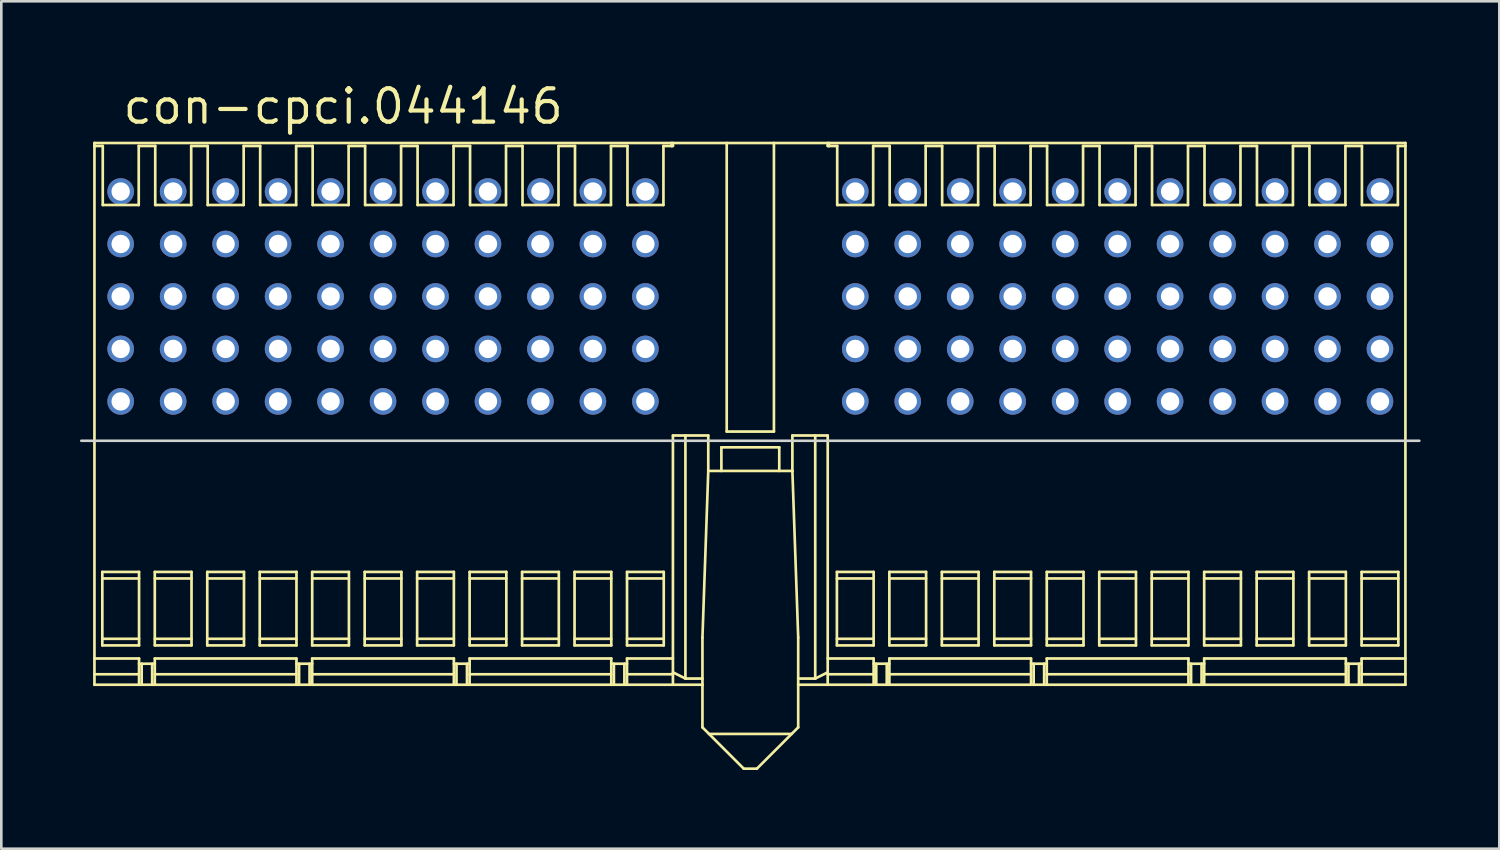
<source format=kicad_pcb>
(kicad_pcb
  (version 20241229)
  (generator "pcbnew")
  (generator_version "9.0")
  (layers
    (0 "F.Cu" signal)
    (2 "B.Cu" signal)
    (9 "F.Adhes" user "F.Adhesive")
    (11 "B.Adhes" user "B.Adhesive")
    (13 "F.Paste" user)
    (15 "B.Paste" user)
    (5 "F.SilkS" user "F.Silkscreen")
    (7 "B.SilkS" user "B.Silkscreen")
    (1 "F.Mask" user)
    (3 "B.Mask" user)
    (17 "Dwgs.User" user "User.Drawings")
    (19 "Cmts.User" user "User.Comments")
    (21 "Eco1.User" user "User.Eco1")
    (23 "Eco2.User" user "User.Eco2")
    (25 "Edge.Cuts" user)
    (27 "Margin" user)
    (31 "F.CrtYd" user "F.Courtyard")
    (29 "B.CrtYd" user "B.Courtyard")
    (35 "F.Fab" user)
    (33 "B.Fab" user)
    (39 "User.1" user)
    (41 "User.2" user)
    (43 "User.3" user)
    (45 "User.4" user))
  (footprint "con-cpci.044146"
    (layer "F.Cu")
    (at 25.55 12.25)
    (property "Reference" "con-cpci.044146" (at -24 -10.5 0) (layer "F.SilkS") (effects (font (size 1.27 1.27) (thickness 0.16)) (justify left bottom)))
    (attr through_hole)
    (fp_line (start -25 -9.85) (end -3 -9.85) (stroke (width 0.102) (type default)) (layer "F.SilkS"))
    (fp_line (start -25 -9.736) (end -25 -9.85) (stroke (width 0.102) (type default)) (layer "F.SilkS"))
    (fp_line (start -25 -9.736) (end -25 10.8) (stroke (width 0.102) (type default)) (layer "F.SilkS"))
    (fp_line (start -25 9.8) (end -23.3 9.8) (stroke (width 0.102) (type default)) (layer "F.SilkS"))
    (fp_line (start -25 10.4) (end -23.3 10.4) (stroke (width 0.102) (type default)) (layer "F.SilkS"))
    (fp_line (start -25 10.8) (end -1.825 10.8) (stroke (width 0.102) (type default)) (layer "F.SilkS"))
    (fp_line (start -24.7 6.5) (end -24.7 9.3) (stroke (width 0.102) (type default)) (layer "F.SilkS"))
    (fp_line (start -24.7 6.75) (end -23.3 6.75) (stroke (width 0.102) (type default)) (layer "F.SilkS"))
    (fp_line (start -24.7 9.05) (end -23.3 9.05) (stroke (width 0.102) (type default)) (layer "F.SilkS"))
    (fp_line (start -24.7 9.3) (end -23.3 9.3) (stroke (width 0.102) (type default)) (layer "F.SilkS"))
    (fp_line (start -24.683 -9.736) (end -25 -9.736) (stroke (width 0.102) (type default)) (layer "F.SilkS"))
    (fp_line (start -24.683 -7.486) (end -24.683 -9.736) (stroke (width 0.102) (type default)) (layer "F.SilkS"))
    (fp_line (start -23.312 -9.736) (end -23.312 -7.486) (stroke (width 0.102) (type default)) (layer "F.SilkS"))
    (fp_line (start -23.312 -7.486) (end -24.683 -7.486) (stroke (width 0.102) (type default)) (layer "F.SilkS"))
    (fp_line (start -23.3 6.5) (end -24.7 6.5) (stroke (width 0.102) (type default)) (layer "F.SilkS"))
    (fp_line (start -23.3 9.3) (end -23.3 6.5) (stroke (width 0.102) (type default)) (layer "F.SilkS"))
    (fp_line (start -23.3 9.8) (end -23.3 10.8) (stroke (width 0.102) (type default)) (layer "F.SilkS"))
    (fp_line (start -23.3 10) (end -22.7 10) (stroke (width 0.102) (type default)) (layer "F.SilkS"))
    (fp_line (start -23.2 10) (end -23.2 10.8) (stroke (width 0.102) (type default)) (layer "F.SilkS"))
    (fp_line (start -22.8 10) (end -22.8 10.8) (stroke (width 0.102) (type default)) (layer "F.SilkS"))
    (fp_line (start -22.7 6.5) (end -22.7 9.3) (stroke (width 0.102) (type default)) (layer "F.SilkS"))
    (fp_line (start -22.7 6.75) (end -21.3 6.75) (stroke (width 0.102) (type default)) (layer "F.SilkS"))
    (fp_line (start -22.7 9.05) (end -21.3 9.05) (stroke (width 0.102) (type default)) (layer "F.SilkS"))
    (fp_line (start -22.7 9.3) (end -21.3 9.3) (stroke (width 0.102) (type default)) (layer "F.SilkS"))
    (fp_line (start -22.7 9.8) (end -17.3 9.8) (stroke (width 0.102) (type default)) (layer "F.SilkS"))
    (fp_line (start -22.7 10.4) (end -17.3 10.4) (stroke (width 0.102) (type default)) (layer "F.SilkS"))
    (fp_line (start -22.7 10.8) (end -22.7 9.8) (stroke (width 0.102) (type default)) (layer "F.SilkS"))
    (fp_line (start -22.683 -9.736) (end -23.312 -9.736) (stroke (width 0.102) (type default)) (layer "F.SilkS"))
    (fp_line (start -22.683 -7.486) (end -22.683 -9.736) (stroke (width 0.102) (type default)) (layer "F.SilkS"))
    (fp_line (start -21.312 -9.736) (end -21.312 -7.486) (stroke (width 0.102) (type default)) (layer "F.SilkS"))
    (fp_line (start -21.312 -7.486) (end -22.683 -7.486) (stroke (width 0.102) (type default)) (layer "F.SilkS"))
    (fp_line (start -21.3 6.5) (end -22.7 6.5) (stroke (width 0.102) (type default)) (layer "F.SilkS"))
    (fp_line (start -21.3 9.3) (end -21.3 6.5) (stroke (width 0.102) (type default)) (layer "F.SilkS"))
    (fp_line (start -20.7 6.5) (end -20.7 9.3) (stroke (width 0.102) (type default)) (layer "F.SilkS"))
    (fp_line (start -20.7 6.75) (end -19.3 6.75) (stroke (width 0.102) (type default)) (layer "F.SilkS"))
    (fp_line (start -20.7 9.05) (end -19.3 9.05) (stroke (width 0.102) (type default)) (layer "F.SilkS"))
    (fp_line (start -20.7 9.3) (end -19.3 9.3) (stroke (width 0.102) (type default)) (layer "F.SilkS"))
    (fp_line (start -20.683 -9.736) (end -21.312 -9.736) (stroke (width 0.102) (type default)) (layer "F.SilkS"))
    (fp_line (start -20.683 -7.486) (end -20.683 -9.736) (stroke (width 0.102) (type default)) (layer "F.SilkS"))
    (fp_line (start -19.312 -9.736) (end -19.312 -7.486) (stroke (width 0.102) (type default)) (layer "F.SilkS"))
    (fp_line (start -19.312 -7.486) (end -20.683 -7.486) (stroke (width 0.102) (type default)) (layer "F.SilkS"))
    (fp_line (start -19.3 6.5) (end -20.7 6.5) (stroke (width 0.102) (type default)) (layer "F.SilkS"))
    (fp_line (start -19.3 9.3) (end -19.3 6.5) (stroke (width 0.102) (type default)) (layer "F.SilkS"))
    (fp_line (start -18.7 6.5) (end -18.7 9.3) (stroke (width 0.102) (type default)) (layer "F.SilkS"))
    (fp_line (start -18.7 6.75) (end -17.3 6.75) (stroke (width 0.102) (type default)) (layer "F.SilkS"))
    (fp_line (start -18.7 9.05) (end -17.3 9.05) (stroke (width 0.102) (type default)) (layer "F.SilkS"))
    (fp_line (start -18.7 9.3) (end -17.3 9.3) (stroke (width 0.102) (type default)) (layer "F.SilkS"))
    (fp_line (start -18.683 -9.736) (end -19.312 -9.736) (stroke (width 0.102) (type default)) (layer "F.SilkS"))
    (fp_line (start -18.683 -7.486) (end -18.683 -9.736) (stroke (width 0.102) (type default)) (layer "F.SilkS"))
    (fp_line (start -17.312 -9.736) (end -17.312 -7.486) (stroke (width 0.102) (type default)) (layer "F.SilkS"))
    (fp_line (start -17.312 -7.486) (end -18.683 -7.486) (stroke (width 0.102) (type default)) (layer "F.SilkS"))
    (fp_line (start -17.3 6.5) (end -18.7 6.5) (stroke (width 0.102) (type default)) (layer "F.SilkS"))
    (fp_line (start -17.3 9.3) (end -17.3 6.5) (stroke (width 0.102) (type default)) (layer "F.SilkS"))
    (fp_line (start -17.3 9.8) (end -17.3 10.8) (stroke (width 0.102) (type default)) (layer "F.SilkS"))
    (fp_line (start -17.3 10) (end -16.7 10) (stroke (width 0.102) (type default)) (layer "F.SilkS"))
    (fp_line (start -17.2 10) (end -17.2 10.8) (stroke (width 0.102) (type default)) (layer "F.SilkS"))
    (fp_line (start -16.8 10) (end -16.8 10.8) (stroke (width 0.102) (type default)) (layer "F.SilkS"))
    (fp_line (start -16.7 6.5) (end -16.7 9.3) (stroke (width 0.102) (type default)) (layer "F.SilkS"))
    (fp_line (start -16.7 6.75) (end -15.3 6.75) (stroke (width 0.102) (type default)) (layer "F.SilkS"))
    (fp_line (start -16.7 9.05) (end -15.3 9.05) (stroke (width 0.102) (type default)) (layer "F.SilkS"))
    (fp_line (start -16.7 9.3) (end -15.3 9.3) (stroke (width 0.102) (type default)) (layer "F.SilkS"))
    (fp_line (start -16.7 9.8) (end -11.3 9.8) (stroke (width 0.102) (type default)) (layer "F.SilkS"))
    (fp_line (start -16.7 10.4) (end -11.3 10.4) (stroke (width 0.102) (type default)) (layer "F.SilkS"))
    (fp_line (start -16.7 10.8) (end -16.7 9.8) (stroke (width 0.102) (type default)) (layer "F.SilkS"))
    (fp_line (start -16.683 -9.736) (end -17.312 -9.736) (stroke (width 0.102) (type default)) (layer "F.SilkS"))
    (fp_line (start -16.683 -7.486) (end -16.683 -9.736) (stroke (width 0.102) (type default)) (layer "F.SilkS"))
    (fp_line (start -15.312 -9.736) (end -15.312 -7.486) (stroke (width 0.102) (type default)) (layer "F.SilkS"))
    (fp_line (start -15.312 -7.486) (end -16.683 -7.486) (stroke (width 0.102) (type default)) (layer "F.SilkS"))
    (fp_line (start -15.3 6.5) (end -16.7 6.5) (stroke (width 0.102) (type default)) (layer "F.SilkS"))
    (fp_line (start -15.3 9.3) (end -15.3 6.5) (stroke (width 0.102) (type default)) (layer "F.SilkS"))
    (fp_line (start -14.7 6.5) (end -14.7 9.3) (stroke (width 0.102) (type default)) (layer "F.SilkS"))
    (fp_line (start -14.7 6.75) (end -13.3 6.75) (stroke (width 0.102) (type default)) (layer "F.SilkS"))
    (fp_line (start -14.7 9.05) (end -13.3 9.05) (stroke (width 0.102) (type default)) (layer "F.SilkS"))
    (fp_line (start -14.7 9.3) (end -13.3 9.3) (stroke (width 0.102) (type default)) (layer "F.SilkS"))
    (fp_line (start -14.683 -9.736) (end -15.312 -9.736) (stroke (width 0.102) (type default)) (layer "F.SilkS"))
    (fp_line (start -14.683 -7.486) (end -14.683 -9.736) (stroke (width 0.102) (type default)) (layer "F.SilkS"))
    (fp_line (start -13.312 -9.736) (end -13.312 -7.486) (stroke (width 0.102) (type default)) (layer "F.SilkS"))
    (fp_line (start -13.312 -7.486) (end -14.683 -7.486) (stroke (width 0.102) (type default)) (layer "F.SilkS"))
    (fp_line (start -13.3 6.5) (end -14.7 6.5) (stroke (width 0.102) (type default)) (layer "F.SilkS"))
    (fp_line (start -13.3 9.3) (end -13.3 6.5) (stroke (width 0.102) (type default)) (layer "F.SilkS"))
    (fp_line (start -12.7 6.5) (end -12.7 9.3) (stroke (width 0.102) (type default)) (layer "F.SilkS"))
    (fp_line (start -12.7 6.75) (end -11.3 6.75) (stroke (width 0.102) (type default)) (layer "F.SilkS"))
    (fp_line (start -12.7 9.05) (end -11.3 9.05) (stroke (width 0.102) (type default)) (layer "F.SilkS"))
    (fp_line (start -12.7 9.3) (end -11.3 9.3) (stroke (width 0.102) (type default)) (layer "F.SilkS"))
    (fp_line (start -12.683 -9.736) (end -13.312 -9.736) (stroke (width 0.102) (type default)) (layer "F.SilkS"))
    (fp_line (start -12.683 -7.486) (end -12.683 -9.736) (stroke (width 0.102) (type default)) (layer "F.SilkS"))
    (fp_line (start -11.312 -9.736) (end -11.312 -7.486) (stroke (width 0.102) (type default)) (layer "F.SilkS"))
    (fp_line (start -11.312 -7.486) (end -12.683 -7.486) (stroke (width 0.102) (type default)) (layer "F.SilkS"))
    (fp_line (start -11.3 6.5) (end -12.7 6.5) (stroke (width 0.102) (type default)) (layer "F.SilkS"))
    (fp_line (start -11.3 9.3) (end -11.3 6.5) (stroke (width 0.102) (type default)) (layer "F.SilkS"))
    (fp_line (start -11.3 9.8) (end -11.3 10.8) (stroke (width 0.102) (type default)) (layer "F.SilkS"))
    (fp_line (start -11.3 10) (end -10.7 10) (stroke (width 0.102) (type default)) (layer "F.SilkS"))
    (fp_line (start -11.2 10) (end -11.2 10.8) (stroke (width 0.102) (type default)) (layer "F.SilkS"))
    (fp_line (start -10.8 10) (end -10.8 10.8) (stroke (width 0.102) (type default)) (layer "F.SilkS"))
    (fp_line (start -10.7 6.5) (end -10.7 9.3) (stroke (width 0.102) (type default)) (layer "F.SilkS"))
    (fp_line (start -10.7 6.75) (end -9.3 6.75) (stroke (width 0.102) (type default)) (layer "F.SilkS"))
    (fp_line (start -10.7 9.05) (end -9.3 9.05) (stroke (width 0.102) (type default)) (layer "F.SilkS"))
    (fp_line (start -10.7 9.3) (end -9.3 9.3) (stroke (width 0.102) (type default)) (layer "F.SilkS"))
    (fp_line (start -10.7 9.8) (end -5.3 9.8) (stroke (width 0.102) (type default)) (layer "F.SilkS"))
    (fp_line (start -10.7 10.4) (end -5.3 10.4) (stroke (width 0.102) (type default)) (layer "F.SilkS"))
    (fp_line (start -10.7 10.8) (end -10.7 9.8) (stroke (width 0.102) (type default)) (layer "F.SilkS"))
    (fp_line (start -10.683 -9.736) (end -11.312 -9.736) (stroke (width 0.102) (type default)) (layer "F.SilkS"))
    (fp_line (start -10.683 -7.486) (end -10.683 -9.736) (stroke (width 0.102) (type default)) (layer "F.SilkS"))
    (fp_line (start -9.312 -9.736) (end -9.312 -7.486) (stroke (width 0.102) (type default)) (layer "F.SilkS"))
    (fp_line (start -9.312 -7.486) (end -10.683 -7.486) (stroke (width 0.102) (type default)) (layer "F.SilkS"))
    (fp_line (start -9.3 6.5) (end -10.7 6.5) (stroke (width 0.102) (type default)) (layer "F.SilkS"))
    (fp_line (start -9.3 9.3) (end -9.3 6.5) (stroke (width 0.102) (type default)) (layer "F.SilkS"))
    (fp_line (start -8.7 6.5) (end -8.7 9.3) (stroke (width 0.102) (type default)) (layer "F.SilkS"))
    (fp_line (start -8.7 6.75) (end -7.3 6.75) (stroke (width 0.102) (type default)) (layer "F.SilkS"))
    (fp_line (start -8.7 9.05) (end -7.3 9.05) (stroke (width 0.102) (type default)) (layer "F.SilkS"))
    (fp_line (start -8.7 9.3) (end -7.3 9.3) (stroke (width 0.102) (type default)) (layer "F.SilkS"))
    (fp_line (start -8.683 -9.736) (end -9.312 -9.736) (stroke (width 0.102) (type default)) (layer "F.SilkS"))
    (fp_line (start -8.683 -7.486) (end -8.683 -9.736) (stroke (width 0.102) (type default)) (layer "F.SilkS"))
    (fp_line (start -7.312 -9.736) (end -7.312 -7.486) (stroke (width 0.102) (type default)) (layer "F.SilkS"))
    (fp_line (start -7.312 -7.486) (end -8.683 -7.486) (stroke (width 0.102) (type default)) (layer "F.SilkS"))
    (fp_line (start -7.3 6.5) (end -8.7 6.5) (stroke (width 0.102) (type default)) (layer "F.SilkS"))
    (fp_line (start -7.3 9.3) (end -7.3 6.5) (stroke (width 0.102) (type default)) (layer "F.SilkS"))
    (fp_line (start -6.7 6.5) (end -6.7 9.3) (stroke (width 0.102) (type default)) (layer "F.SilkS"))
    (fp_line (start -6.7 6.75) (end -5.3 6.75) (stroke (width 0.102) (type default)) (layer "F.SilkS"))
    (fp_line (start -6.7 9.05) (end -5.3 9.05) (stroke (width 0.102) (type default)) (layer "F.SilkS"))
    (fp_line (start -6.7 9.3) (end -5.3 9.3) (stroke (width 0.102) (type default)) (layer "F.SilkS"))
    (fp_line (start -6.683 -9.736) (end -7.312 -9.736) (stroke (width 0.102) (type default)) (layer "F.SilkS"))
    (fp_line (start -6.683 -7.486) (end -6.683 -9.736) (stroke (width 0.102) (type default)) (layer "F.SilkS"))
    (fp_line (start -5.312 -9.736) (end -5.312 -7.486) (stroke (width 0.102) (type default)) (layer "F.SilkS"))
    (fp_line (start -5.312 -7.486) (end -6.683 -7.486) (stroke (width 0.102) (type default)) (layer "F.SilkS"))
    (fp_line (start -5.3 6.5) (end -6.7 6.5) (stroke (width 0.102) (type default)) (layer "F.SilkS"))
    (fp_line (start -5.3 9.3) (end -5.3 6.5) (stroke (width 0.102) (type default)) (layer "F.SilkS"))
    (fp_line (start -5.3 9.8) (end -5.3 10.8) (stroke (width 0.102) (type default)) (layer "F.SilkS"))
    (fp_line (start -5.3 10) (end -4.7 10) (stroke (width 0.102) (type default)) (layer "F.SilkS"))
    (fp_line (start -5.2 10) (end -5.2 10.8) (stroke (width 0.102) (type default)) (layer "F.SilkS"))
    (fp_line (start -4.8 10) (end -4.8 10.8) (stroke (width 0.102) (type default)) (layer "F.SilkS"))
    (fp_line (start -4.7 6.5) (end -4.7 9.3) (stroke (width 0.102) (type default)) (layer "F.SilkS"))
    (fp_line (start -4.7 6.75) (end -3.3 6.75) (stroke (width 0.102) (type default)) (layer "F.SilkS"))
    (fp_line (start -4.7 9.05) (end -3.3 9.05) (stroke (width 0.102) (type default)) (layer "F.SilkS"))
    (fp_line (start -4.7 9.3) (end -3.3 9.3) (stroke (width 0.102) (type default)) (layer "F.SilkS"))
    (fp_line (start -4.7 9.8) (end -2.95 9.8) (stroke (width 0.102) (type default)) (layer "F.SilkS"))
    (fp_line (start -4.7 10.4) (end -2.95 10.4) (stroke (width 0.102) (type default)) (layer "F.SilkS"))
    (fp_line (start -4.7 10.8) (end -4.7 9.8) (stroke (width 0.102) (type default)) (layer "F.SilkS"))
    (fp_line (start -4.683 -9.736) (end -5.312 -9.736) (stroke (width 0.102) (type default)) (layer "F.SilkS"))
    (fp_line (start -4.683 -7.486) (end -4.683 -9.736) (stroke (width 0.102) (type default)) (layer "F.SilkS"))
    (fp_line (start -3.312 -9.736) (end -3.312 -7.486) (stroke (width 0.102) (type default)) (layer "F.SilkS"))
    (fp_line (start -3.312 -7.486) (end -4.683 -7.486) (stroke (width 0.102) (type default)) (layer "F.SilkS"))
    (fp_line (start -3.3 6.5) (end -4.7 6.5) (stroke (width 0.102) (type default)) (layer "F.SilkS"))
    (fp_line (start -3.3 9.3) (end -3.3 6.5) (stroke (width 0.102) (type default)) (layer "F.SilkS"))
    (fp_line (start -3 -9.85) (end -3 -9.736) (stroke (width 0.102) (type default)) (layer "F.SilkS"))
    (fp_line (start -3 -9.736) (end -3.312 -9.736) (stroke (width 0.102) (type default)) (layer "F.SilkS"))
    (fp_line (start -3 -9.736) (end -2.95 -9.736) (stroke (width 0.102) (type default)) (layer "F.SilkS"))
    (fp_line (start -2.95 -9.85) (end 2.95 -9.85) (stroke (width 0.102) (type default)) (layer "F.SilkS"))
    (fp_line (start -2.95 -9.736) (end -2.95 -9.85) (stroke (width 0.102) (type default)) (layer "F.SilkS"))
    (fp_line (start -2.95 1.3) (end -2.95 10.8) (stroke (width 0.102) (type default)) (layer "F.SilkS"))
    (fp_line (start -2.95 10.327) (end -2.474 10.565) (stroke (width 0.102) (type default)) (layer "F.SilkS"))
    (fp_line (start -2.474 10.565) (end -2.474 1.3) (stroke (width 0.102) (type default)) (layer "F.SilkS"))
    (fp_line (start -2.474 10.565) (end -1.825 10.565) (stroke (width 0.102) (type default)) (layer "F.SilkS"))
    (fp_line (start -1.825 9) (end -1.603 2.65) (stroke (width 0.102) (type default)) (layer "F.SilkS"))
    (fp_line (start -1.825 10.8) (end -1.825 9) (stroke (width 0.102) (type default)) (layer "F.SilkS"))
    (fp_line (start -1.825 10.8) (end -1.825 12.425) (stroke (width 0.102) (type default)) (layer "F.SilkS"))
    (fp_line (start -1.825 12.425) (end -0.25 14) (stroke (width 0.102) (type default)) (layer "F.SilkS"))
    (fp_line (start -1.603 1.3) (end -2.95 1.3) (stroke (width 0.102) (type default)) (layer "F.SilkS"))
    (fp_line (start -1.603 2.65) (end -1.603 1.3) (stroke (width 0.102) (type default)) (layer "F.SilkS"))
    (fp_line (start -1.103 1.75) (end 1.103 1.75) (stroke (width 0.102) (type default)) (layer "F.SilkS"))
    (fp_line (start -1.103 2.65) (end -1.103 1.75) (stroke (width 0.102) (type default)) (layer "F.SilkS"))
    (fp_line (start -0.9 -9.85) (end -0.9 1.15) (stroke (width 0.102) (type default)) (layer "F.SilkS"))
    (fp_line (start -0.9 1.15) (end 0.9 1.15) (stroke (width 0.102) (type default)) (layer "F.SilkS"))
    (fp_line (start -0.25 14) (end 0.25 14) (stroke (width 0.102) (type default)) (layer "F.SilkS"))
    (fp_line (start 0.25 14) (end 1.825 12.425) (stroke (width 0.102) (type default)) (layer "F.SilkS"))
    (fp_line (start 0.9 1.15) (end 0.9 -9.85) (stroke (width 0.102) (type default)) (layer "F.SilkS"))
    (fp_line (start 1.103 1.75) (end 1.103 2.65) (stroke (width 0.102) (type default)) (layer "F.SilkS"))
    (fp_line (start 1.575 12.675) (end -1.575 12.675) (stroke (width 0.102) (type default)) (layer "F.SilkS"))
    (fp_line (start 1.603 1.3) (end 1.603 2.65) (stroke (width 0.102) (type default)) (layer "F.SilkS"))
    (fp_line (start 1.603 2.65) (end -1.603 2.65) (stroke (width 0.102) (type default)) (layer "F.SilkS"))
    (fp_line (start 1.825 9) (end 1.603 2.65) (stroke (width 0.102) (type default)) (layer "F.SilkS"))
    (fp_line (start 1.825 10.8) (end 1.825 9) (stroke (width 0.102) (type default)) (layer "F.SilkS"))
    (fp_line (start 1.825 10.8) (end 24.97 10.8) (stroke (width 0.102) (type default)) (layer "F.SilkS"))
    (fp_line (start 1.825 12.425) (end 1.825 10.8) (stroke (width 0.102) (type default)) (layer "F.SilkS"))
    (fp_line (start 2.474 10.565) (end 1.825 10.565) (stroke (width 0.102) (type default)) (layer "F.SilkS"))
    (fp_line (start 2.474 10.565) (end 2.474 1.3) (stroke (width 0.102) (type default)) (layer "F.SilkS"))
    (fp_line (start 2.95 -9.85) (end 2.95 -9.736) (stroke (width 0.102) (type default)) (layer "F.SilkS"))
    (fp_line (start 2.95 -9.736) (end 3 -9.736) (stroke (width 0.102) (type default)) (layer "F.SilkS"))
    (fp_line (start 2.95 1.3) (end 1.603 1.3) (stroke (width 0.102) (type default)) (layer "F.SilkS"))
    (fp_line (start 2.95 10.327) (end 2.474 10.565) (stroke (width 0.102) (type default)) (layer "F.SilkS"))
    (fp_line (start 2.95 10.8) (end 2.95 1.3) (stroke (width 0.102) (type default)) (layer "F.SilkS"))
    (fp_line (start 3 -9.85) (end 3 -9.736) (stroke (width 0.102) (type default)) (layer "F.SilkS"))
    (fp_line (start 3 -9.736) (end 3.312 -9.736) (stroke (width 0.102) (type default)) (layer "F.SilkS"))
    (fp_line (start 3.3 6.5) (end 4.7 6.5) (stroke (width 0.102) (type default)) (layer "F.SilkS"))
    (fp_line (start 3.3 9.3) (end 3.3 6.5) (stroke (width 0.102) (type default)) (layer "F.SilkS"))
    (fp_line (start 3.312 -9.736) (end 3.312 -7.486) (stroke (width 0.102) (type default)) (layer "F.SilkS"))
    (fp_line (start 3.312 -7.486) (end 4.683 -7.486) (stroke (width 0.102) (type default)) (layer "F.SilkS"))
    (fp_line (start 4.683 -9.736) (end 5.312 -9.736) (stroke (width 0.102) (type default)) (layer "F.SilkS"))
    (fp_line (start 4.683 -7.486) (end 4.683 -9.736) (stroke (width 0.102) (type default)) (layer "F.SilkS"))
    (fp_line (start 4.7 6.5) (end 4.7 9.3) (stroke (width 0.102) (type default)) (layer "F.SilkS"))
    (fp_line (start 4.7 6.75) (end 3.3 6.75) (stroke (width 0.102) (type default)) (layer "F.SilkS"))
    (fp_line (start 4.7 9.05) (end 3.3 9.05) (stroke (width 0.102) (type default)) (layer "F.SilkS"))
    (fp_line (start 4.7 9.3) (end 3.3 9.3) (stroke (width 0.102) (type default)) (layer "F.SilkS"))
    (fp_line (start 4.7 9.8) (end 2.95 9.8) (stroke (width 0.102) (type default)) (layer "F.SilkS"))
    (fp_line (start 4.7 10.4) (end 2.95 10.4) (stroke (width 0.102) (type default)) (layer "F.SilkS"))
    (fp_line (start 4.7 10.8) (end 4.7 9.8) (stroke (width 0.102) (type default)) (layer "F.SilkS"))
    (fp_line (start 4.8 10) (end 4.8 10.8) (stroke (width 0.102) (type default)) (layer "F.SilkS"))
    (fp_line (start 5.2 10) (end 5.2 10.8) (stroke (width 0.102) (type default)) (layer "F.SilkS"))
    (fp_line (start 5.3 6.5) (end 6.7 6.5) (stroke (width 0.102) (type default)) (layer "F.SilkS"))
    (fp_line (start 5.3 9.3) (end 5.3 6.5) (stroke (width 0.102) (type default)) (layer "F.SilkS"))
    (fp_line (start 5.3 9.8) (end 5.3 10.8) (stroke (width 0.102) (type default)) (layer "F.SilkS"))
    (fp_line (start 5.3 10) (end 4.7 10) (stroke (width 0.102) (type default)) (layer "F.SilkS"))
    (fp_line (start 5.312 -9.736) (end 5.312 -7.486) (stroke (width 0.102) (type default)) (layer "F.SilkS"))
    (fp_line (start 5.312 -7.486) (end 6.683 -7.486) (stroke (width 0.102) (type default)) (layer "F.SilkS"))
    (fp_line (start 6.683 -9.736) (end 7.312 -9.736) (stroke (width 0.102) (type default)) (layer "F.SilkS"))
    (fp_line (start 6.683 -7.486) (end 6.683 -9.736) (stroke (width 0.102) (type default)) (layer "F.SilkS"))
    (fp_line (start 6.7 6.5) (end 6.7 9.3) (stroke (width 0.102) (type default)) (layer "F.SilkS"))
    (fp_line (start 6.7 6.75) (end 5.3 6.75) (stroke (width 0.102) (type default)) (layer "F.SilkS"))
    (fp_line (start 6.7 9.05) (end 5.3 9.05) (stroke (width 0.102) (type default)) (layer "F.SilkS"))
    (fp_line (start 6.7 9.3) (end 5.3 9.3) (stroke (width 0.102) (type default)) (layer "F.SilkS"))
    (fp_line (start 7.3 6.5) (end 8.7 6.5) (stroke (width 0.102) (type default)) (layer "F.SilkS"))
    (fp_line (start 7.3 9.3) (end 7.3 6.5) (stroke (width 0.102) (type default)) (layer "F.SilkS"))
    (fp_line (start 7.312 -9.736) (end 7.312 -7.486) (stroke (width 0.102) (type default)) (layer "F.SilkS"))
    (fp_line (start 7.312 -7.486) (end 8.683 -7.486) (stroke (width 0.102) (type default)) (layer "F.SilkS"))
    (fp_line (start 8.683 -9.736) (end 9.312 -9.736) (stroke (width 0.102) (type default)) (layer "F.SilkS"))
    (fp_line (start 8.683 -7.486) (end 8.683 -9.736) (stroke (width 0.102) (type default)) (layer "F.SilkS"))
    (fp_line (start 8.7 6.5) (end 8.7 9.3) (stroke (width 0.102) (type default)) (layer "F.SilkS"))
    (fp_line (start 8.7 6.75) (end 7.3 6.75) (stroke (width 0.102) (type default)) (layer "F.SilkS"))
    (fp_line (start 8.7 9.05) (end 7.3 9.05) (stroke (width 0.102) (type default)) (layer "F.SilkS"))
    (fp_line (start 8.7 9.3) (end 7.3 9.3) (stroke (width 0.102) (type default)) (layer "F.SilkS"))
    (fp_line (start 9.3 6.5) (end 10.7 6.5) (stroke (width 0.102) (type default)) (layer "F.SilkS"))
    (fp_line (start 9.3 9.3) (end 9.3 6.5) (stroke (width 0.102) (type default)) (layer "F.SilkS"))
    (fp_line (start 9.312 -9.736) (end 9.312 -7.486) (stroke (width 0.102) (type default)) (layer "F.SilkS"))
    (fp_line (start 9.312 -7.486) (end 10.683 -7.486) (stroke (width 0.102) (type default)) (layer "F.SilkS"))
    (fp_line (start 10.683 -9.736) (end 11.312 -9.736) (stroke (width 0.102) (type default)) (layer "F.SilkS"))
    (fp_line (start 10.683 -7.486) (end 10.683 -9.736) (stroke (width 0.102) (type default)) (layer "F.SilkS"))
    (fp_line (start 10.7 6.5) (end 10.7 9.3) (stroke (width 0.102) (type default)) (layer "F.SilkS"))
    (fp_line (start 10.7 6.75) (end 9.3 6.75) (stroke (width 0.102) (type default)) (layer "F.SilkS"))
    (fp_line (start 10.7 9.05) (end 9.3 9.05) (stroke (width 0.102) (type default)) (layer "F.SilkS"))
    (fp_line (start 10.7 9.3) (end 9.3 9.3) (stroke (width 0.102) (type default)) (layer "F.SilkS"))
    (fp_line (start 10.7 9.8) (end 5.3 9.8) (stroke (width 0.102) (type default)) (layer "F.SilkS"))
    (fp_line (start 10.7 10.4) (end 5.3 10.4) (stroke (width 0.102) (type default)) (layer "F.SilkS"))
    (fp_line (start 10.7 10.8) (end 10.7 9.8) (stroke (width 0.102) (type default)) (layer "F.SilkS"))
    (fp_line (start 10.8 10) (end 10.8 10.8) (stroke (width 0.102) (type default)) (layer "F.SilkS"))
    (fp_line (start 11.2 10) (end 11.2 10.8) (stroke (width 0.102) (type default)) (layer "F.SilkS"))
    (fp_line (start 11.3 6.5) (end 12.7 6.5) (stroke (width 0.102) (type default)) (layer "F.SilkS"))
    (fp_line (start 11.3 9.3) (end 11.3 6.5) (stroke (width 0.102) (type default)) (layer "F.SilkS"))
    (fp_line (start 11.3 9.8) (end 11.3 10.8) (stroke (width 0.102) (type default)) (layer "F.SilkS"))
    (fp_line (start 11.3 10) (end 10.7 10) (stroke (width 0.102) (type default)) (layer "F.SilkS"))
    (fp_line (start 11.312 -9.736) (end 11.312 -7.486) (stroke (width 0.102) (type default)) (layer "F.SilkS"))
    (fp_line (start 11.312 -7.486) (end 12.683 -7.486) (stroke (width 0.102) (type default)) (layer "F.SilkS"))
    (fp_line (start 12.683 -9.736) (end 13.312 -9.736) (stroke (width 0.102) (type default)) (layer "F.SilkS"))
    (fp_line (start 12.683 -7.486) (end 12.683 -9.736) (stroke (width 0.102) (type default)) (layer "F.SilkS"))
    (fp_line (start 12.7 6.5) (end 12.7 9.3) (stroke (width 0.102) (type default)) (layer "F.SilkS"))
    (fp_line (start 12.7 6.75) (end 11.3 6.75) (stroke (width 0.102) (type default)) (layer "F.SilkS"))
    (fp_line (start 12.7 9.05) (end 11.3 9.05) (stroke (width 0.102) (type default)) (layer "F.SilkS"))
    (fp_line (start 12.7 9.3) (end 11.3 9.3) (stroke (width 0.102) (type default)) (layer "F.SilkS"))
    (fp_line (start 13.3 6.5) (end 14.7 6.5) (stroke (width 0.102) (type default)) (layer "F.SilkS"))
    (fp_line (start 13.3 9.3) (end 13.3 6.5) (stroke (width 0.102) (type default)) (layer "F.SilkS"))
    (fp_line (start 13.312 -9.736) (end 13.312 -7.486) (stroke (width 0.102) (type default)) (layer "F.SilkS"))
    (fp_line (start 13.312 -7.486) (end 14.683 -7.486) (stroke (width 0.102) (type default)) (layer "F.SilkS"))
    (fp_line (start 14.683 -9.736) (end 15.312 -9.736) (stroke (width 0.102) (type default)) (layer "F.SilkS"))
    (fp_line (start 14.683 -7.486) (end 14.683 -9.736) (stroke (width 0.102) (type default)) (layer "F.SilkS"))
    (fp_line (start 14.7 6.5) (end 14.7 9.3) (stroke (width 0.102) (type default)) (layer "F.SilkS"))
    (fp_line (start 14.7 6.75) (end 13.3 6.75) (stroke (width 0.102) (type default)) (layer "F.SilkS"))
    (fp_line (start 14.7 9.05) (end 13.3 9.05) (stroke (width 0.102) (type default)) (layer "F.SilkS"))
    (fp_line (start 14.7 9.3) (end 13.3 9.3) (stroke (width 0.102) (type default)) (layer "F.SilkS"))
    (fp_line (start 15.3 6.5) (end 16.7 6.5) (stroke (width 0.102) (type default)) (layer "F.SilkS"))
    (fp_line (start 15.3 9.3) (end 15.3 6.5) (stroke (width 0.102) (type default)) (layer "F.SilkS"))
    (fp_line (start 15.312 -9.736) (end 15.312 -7.486) (stroke (width 0.102) (type default)) (layer "F.SilkS"))
    (fp_line (start 15.312 -7.486) (end 16.683 -7.486) (stroke (width 0.102) (type default)) (layer "F.SilkS"))
    (fp_line (start 16.683 -9.736) (end 17.312 -9.736) (stroke (width 0.102) (type default)) (layer "F.SilkS"))
    (fp_line (start 16.683 -7.486) (end 16.683 -9.736) (stroke (width 0.102) (type default)) (layer "F.SilkS"))
    (fp_line (start 16.7 6.5) (end 16.7 9.3) (stroke (width 0.102) (type default)) (layer "F.SilkS"))
    (fp_line (start 16.7 6.75) (end 15.3 6.75) (stroke (width 0.102) (type default)) (layer "F.SilkS"))
    (fp_line (start 16.7 9.05) (end 15.3 9.05) (stroke (width 0.102) (type default)) (layer "F.SilkS"))
    (fp_line (start 16.7 9.3) (end 15.3 9.3) (stroke (width 0.102) (type default)) (layer "F.SilkS"))
    (fp_line (start 16.7 9.8) (end 11.3 9.8) (stroke (width 0.102) (type default)) (layer "F.SilkS"))
    (fp_line (start 16.7 10.4) (end 11.3 10.4) (stroke (width 0.102) (type default)) (layer "F.SilkS"))
    (fp_line (start 16.7 10.8) (end 16.7 9.8) (stroke (width 0.102) (type default)) (layer "F.SilkS"))
    (fp_line (start 16.8 10) (end 16.8 10.8) (stroke (width 0.102) (type default)) (layer "F.SilkS"))
    (fp_line (start 17.2 10) (end 17.2 10.8) (stroke (width 0.102) (type default)) (layer "F.SilkS"))
    (fp_line (start 17.3 6.5) (end 18.7 6.5) (stroke (width 0.102) (type default)) (layer "F.SilkS"))
    (fp_line (start 17.3 9.3) (end 17.3 6.5) (stroke (width 0.102) (type default)) (layer "F.SilkS"))
    (fp_line (start 17.3 9.8) (end 17.3 10.8) (stroke (width 0.102) (type default)) (layer "F.SilkS"))
    (fp_line (start 17.3 10) (end 16.7 10) (stroke (width 0.102) (type default)) (layer "F.SilkS"))
    (fp_line (start 17.312 -9.736) (end 17.312 -7.486) (stroke (width 0.102) (type default)) (layer "F.SilkS"))
    (fp_line (start 17.312 -7.486) (end 18.683 -7.486) (stroke (width 0.102) (type default)) (layer "F.SilkS"))
    (fp_line (start 18.683 -9.736) (end 19.312 -9.736) (stroke (width 0.102) (type default)) (layer "F.SilkS"))
    (fp_line (start 18.683 -7.486) (end 18.683 -9.736) (stroke (width 0.102) (type default)) (layer "F.SilkS"))
    (fp_line (start 18.7 6.5) (end 18.7 9.3) (stroke (width 0.102) (type default)) (layer "F.SilkS"))
    (fp_line (start 18.7 6.75) (end 17.3 6.75) (stroke (width 0.102) (type default)) (layer "F.SilkS"))
    (fp_line (start 18.7 9.05) (end 17.3 9.05) (stroke (width 0.102) (type default)) (layer "F.SilkS"))
    (fp_line (start 18.7 9.3) (end 17.3 9.3) (stroke (width 0.102) (type default)) (layer "F.SilkS"))
    (fp_line (start 19.3 6.5) (end 20.7 6.5) (stroke (width 0.102) (type default)) (layer "F.SilkS"))
    (fp_line (start 19.3 9.3) (end 19.3 6.5) (stroke (width 0.102) (type default)) (layer "F.SilkS"))
    (fp_line (start 19.312 -9.736) (end 19.312 -7.486) (stroke (width 0.102) (type default)) (layer "F.SilkS"))
    (fp_line (start 19.312 -7.486) (end 20.683 -7.486) (stroke (width 0.102) (type default)) (layer "F.SilkS"))
    (fp_line (start 20.683 -9.736) (end 21.312 -9.736) (stroke (width 0.102) (type default)) (layer "F.SilkS"))
    (fp_line (start 20.683 -7.486) (end 20.683 -9.736) (stroke (width 0.102) (type default)) (layer "F.SilkS"))
    (fp_line (start 20.7 6.5) (end 20.7 9.3) (stroke (width 0.102) (type default)) (layer "F.SilkS"))
    (fp_line (start 20.7 6.75) (end 19.3 6.75) (stroke (width 0.102) (type default)) (layer "F.SilkS"))
    (fp_line (start 20.7 9.05) (end 19.3 9.05) (stroke (width 0.102) (type default)) (layer "F.SilkS"))
    (fp_line (start 20.7 9.3) (end 19.3 9.3) (stroke (width 0.102) (type default)) (layer "F.SilkS"))
    (fp_line (start 21.3 6.5) (end 22.7 6.5) (stroke (width 0.102) (type default)) (layer "F.SilkS"))
    (fp_line (start 21.3 9.3) (end 21.3 6.5) (stroke (width 0.102) (type default)) (layer "F.SilkS"))
    (fp_line (start 21.312 -9.736) (end 21.312 -7.486) (stroke (width 0.102) (type default)) (layer "F.SilkS"))
    (fp_line (start 21.312 -7.486) (end 22.683 -7.486) (stroke (width 0.102) (type default)) (layer "F.SilkS"))
    (fp_line (start 22.683 -9.736) (end 23.312 -9.736) (stroke (width 0.102) (type default)) (layer "F.SilkS"))
    (fp_line (start 22.683 -7.486) (end 22.683 -9.736) (stroke (width 0.102) (type default)) (layer "F.SilkS"))
    (fp_line (start 22.7 6.5) (end 22.7 9.3) (stroke (width 0.102) (type default)) (layer "F.SilkS"))
    (fp_line (start 22.7 6.75) (end 21.3 6.75) (stroke (width 0.102) (type default)) (layer "F.SilkS"))
    (fp_line (start 22.7 9.05) (end 21.3 9.05) (stroke (width 0.102) (type default)) (layer "F.SilkS"))
    (fp_line (start 22.7 9.3) (end 21.3 9.3) (stroke (width 0.102) (type default)) (layer "F.SilkS"))
    (fp_line (start 22.7 9.8) (end 17.3 9.8) (stroke (width 0.102) (type default)) (layer "F.SilkS"))
    (fp_line (start 22.7 10.4) (end 17.3 10.4) (stroke (width 0.102) (type default)) (layer "F.SilkS"))
    (fp_line (start 22.7 10.8) (end 22.7 9.8) (stroke (width 0.102) (type default)) (layer "F.SilkS"))
    (fp_line (start 22.8 10) (end 22.8 10.8) (stroke (width 0.102) (type default)) (layer "F.SilkS"))
    (fp_line (start 23.2 10) (end 23.2 10.8) (stroke (width 0.102) (type default)) (layer "F.SilkS"))
    (fp_line (start 23.3 6.5) (end 24.7 6.5) (stroke (width 0.102) (type default)) (layer "F.SilkS"))
    (fp_line (start 23.3 9.3) (end 23.3 6.5) (stroke (width 0.102) (type default)) (layer "F.SilkS"))
    (fp_line (start 23.3 9.8) (end 23.3 10.8) (stroke (width 0.102) (type default)) (layer "F.SilkS"))
    (fp_line (start 23.3 10) (end 22.7 10) (stroke (width 0.102) (type default)) (layer "F.SilkS"))
    (fp_line (start 23.312 -9.736) (end 23.312 -7.486) (stroke (width 0.102) (type default)) (layer "F.SilkS"))
    (fp_line (start 23.312 -7.486) (end 24.683 -7.486) (stroke (width 0.102) (type default)) (layer "F.SilkS"))
    (fp_line (start 24.683 -9.736) (end 24.97 -9.736) (stroke (width 0.102) (type default)) (layer "F.SilkS"))
    (fp_line (start 24.683 -7.486) (end 24.683 -9.736) (stroke (width 0.102) (type default)) (layer "F.SilkS"))
    (fp_line (start 24.7 6.5) (end 24.7 9.3) (stroke (width 0.102) (type default)) (layer "F.SilkS"))
    (fp_line (start 24.7 6.75) (end 23.3 6.75) (stroke (width 0.102) (type default)) (layer "F.SilkS"))
    (fp_line (start 24.7 9.05) (end 23.3 9.05) (stroke (width 0.102) (type default)) (layer "F.SilkS"))
    (fp_line (start 24.7 9.3) (end 23.3 9.3) (stroke (width 0.102) (type default)) (layer "F.SilkS"))
    (fp_line (start 24.97 -9.85) (end 3 -9.85) (stroke (width 0.102) (type default)) (layer "F.SilkS"))
    (fp_line (start 24.97 -9.736) (end 24.97 -9.85) (stroke (width 0.102) (type default)) (layer "F.SilkS"))
    (fp_line (start 24.97 -9.736) (end 24.97 10.8) (stroke (width 0.102) (type default)) (layer "F.SilkS"))
    (fp_line (start 24.97 9.8) (end 23.3 9.8) (stroke (width 0.102) (type default)) (layer "F.SilkS"))
    (fp_line (start 24.97 10.4) (end 23.3 10.4) (stroke (width 0.102) (type default)) (layer "F.SilkS"))
    (fp_line (start -25.5 1.5) (end 25.5 1.5) (stroke (width 0.1) (type default)) (layer "Edge.Cuts"))
    (pad "A1" thru_hole circle (at 24 0) (size 1.016 1.016) (drill 0.7) (layers "*.Cu" "*.Mask"))
    (pad "A2" thru_hole circle (at 22 0) (size 1.016 1.016) (drill 0.7) (layers "*.Cu" "*.Mask"))
    (pad "A3" thru_hole circle (at 20 0) (size 1.016 1.016) (drill 0.7) (layers "*.Cu" "*.Mask"))
    (pad "A4" thru_hole circle (at 18 0) (size 1.016 1.016) (drill 0.7) (layers "*.Cu" "*.Mask"))
    (pad "A5" thru_hole circle (at 16 0) (size 1.016 1.016) (drill 0.7) (layers "*.Cu" "*.Mask"))
    (pad "A6" thru_hole circle (at 14 0) (size 1.016 1.016) (drill 0.7) (layers "*.Cu" "*.Mask"))
    (pad "A7" thru_hole circle (at 12 0) (size 1.016 1.016) (drill 0.7) (layers "*.Cu" "*.Mask"))
    (pad "A8" thru_hole circle (at 10 0) (size 1.016 1.016) (drill 0.7) (layers "*.Cu" "*.Mask"))
    (pad "A9" thru_hole circle (at 8 0) (size 1.016 1.016) (drill 0.7) (layers "*.Cu" "*.Mask"))
    (pad "A10" thru_hole circle (at 6 0) (size 1.016 1.016) (drill 0.7) (layers "*.Cu" "*.Mask"))
    (pad "A11" thru_hole circle (at 4 0) (size 1.016 1.016) (drill 0.7) (layers "*.Cu" "*.Mask"))
    (pad "A15" thru_hole circle (at -4 0) (size 1.016 1.016) (drill 0.7) (layers "*.Cu" "*.Mask"))
    (pad "A16" thru_hole circle (at -6 0) (size 1.016 1.016) (drill 0.7) (layers "*.Cu" "*.Mask"))
    (pad "A17" thru_hole circle (at -8 0) (size 1.016 1.016) (drill 0.7) (layers "*.Cu" "*.Mask"))
    (pad "A18" thru_hole circle (at -10 0) (size 1.016 1.016) (drill 0.7) (layers "*.Cu" "*.Mask"))
    (pad "A19" thru_hole circle (at -12 0) (size 1.016 1.016) (drill 0.7) (layers "*.Cu" "*.Mask"))
    (pad "A20" thru_hole circle (at -14 0) (size 1.016 1.016) (drill 0.7) (layers "*.Cu" "*.Mask"))
    (pad "A21" thru_hole circle (at -16 0) (size 1.016 1.016) (drill 0.7) (layers "*.Cu" "*.Mask"))
    (pad "A22" thru_hole circle (at -18 0) (size 1.016 1.016) (drill 0.7) (layers "*.Cu" "*.Mask"))
    (pad "A23" thru_hole circle (at -20 0) (size 1.016 1.016) (drill 0.7) (layers "*.Cu" "*.Mask"))
    (pad "A24" thru_hole circle (at -22 0) (size 1.016 1.016) (drill 0.7) (layers "*.Cu" "*.Mask"))
    (pad "A25" thru_hole circle (at -24 0) (size 1.016 1.016) (drill 0.7) (layers "*.Cu" "*.Mask"))
    (pad "B1" thru_hole circle (at 24 -2) (size 1.016 1.016) (drill 0.7) (layers "*.Cu" "*.Mask"))
    (pad "B2" thru_hole circle (at 22 -2) (size 1.016 1.016) (drill 0.7) (layers "*.Cu" "*.Mask"))
    (pad "B3" thru_hole circle (at 20 -2) (size 1.016 1.016) (drill 0.7) (layers "*.Cu" "*.Mask"))
    (pad "B4" thru_hole circle (at 18 -2) (size 1.016 1.016) (drill 0.7) (layers "*.Cu" "*.Mask"))
    (pad "B5" thru_hole circle (at 16 -2) (size 1.016 1.016) (drill 0.7) (layers "*.Cu" "*.Mask"))
    (pad "B6" thru_hole circle (at 14 -2) (size 1.016 1.016) (drill 0.7) (layers "*.Cu" "*.Mask"))
    (pad "B7" thru_hole circle (at 12 -2) (size 1.016 1.016) (drill 0.7) (layers "*.Cu" "*.Mask"))
    (pad "B8" thru_hole circle (at 10 -2) (size 1.016 1.016) (drill 0.7) (layers "*.Cu" "*.Mask"))
    (pad "B9" thru_hole circle (at 8 -2) (size 1.016 1.016) (drill 0.7) (layers "*.Cu" "*.Mask"))
    (pad "B10" thru_hole circle (at 6 -2) (size 1.016 1.016) (drill 0.7) (layers "*.Cu" "*.Mask"))
    (pad "B11" thru_hole circle (at 4 -2) (size 1.016 1.016) (drill 0.7) (layers "*.Cu" "*.Mask"))
    (pad "B15" thru_hole circle (at -4 -2) (size 1.016 1.016) (drill 0.7) (layers "*.Cu" "*.Mask"))
    (pad "B16" thru_hole circle (at -6 -2) (size 1.016 1.016) (drill 0.7) (layers "*.Cu" "*.Mask"))
    (pad "B17" thru_hole circle (at -8 -2) (size 1.016 1.016) (drill 0.7) (layers "*.Cu" "*.Mask"))
    (pad "B18" thru_hole circle (at -10 -2) (size 1.016 1.016) (drill 0.7) (layers "*.Cu" "*.Mask"))
    (pad "B19" thru_hole circle (at -12 -2) (size 1.016 1.016) (drill 0.7) (layers "*.Cu" "*.Mask"))
    (pad "B20" thru_hole circle (at -14 -2) (size 1.016 1.016) (drill 0.7) (layers "*.Cu" "*.Mask"))
    (pad "B21" thru_hole circle (at -16 -2) (size 1.016 1.016) (drill 0.7) (layers "*.Cu" "*.Mask"))
    (pad "B22" thru_hole circle (at -18 -2) (size 1.016 1.016) (drill 0.7) (layers "*.Cu" "*.Mask"))
    (pad "B23" thru_hole circle (at -20 -2) (size 1.016 1.016) (drill 0.7) (layers "*.Cu" "*.Mask"))
    (pad "B24" thru_hole circle (at -22 -2) (size 1.016 1.016) (drill 0.7) (layers "*.Cu" "*.Mask"))
    (pad "B25" thru_hole circle (at -24 -2) (size 1.016 1.016) (drill 0.7) (layers "*.Cu" "*.Mask"))
    (pad "C1" thru_hole circle (at 24 -4) (size 1.016 1.016) (drill 0.7) (layers "*.Cu" "*.Mask"))
    (pad "C2" thru_hole circle (at 22 -4) (size 1.016 1.016) (drill 0.7) (layers "*.Cu" "*.Mask"))
    (pad "C3" thru_hole circle (at 20 -4) (size 1.016 1.016) (drill 0.7) (layers "*.Cu" "*.Mask"))
    (pad "C4" thru_hole circle (at 18 -4) (size 1.016 1.016) (drill 0.7) (layers "*.Cu" "*.Mask"))
    (pad "C5" thru_hole circle (at 16 -4) (size 1.016 1.016) (drill 0.7) (layers "*.Cu" "*.Mask"))
    (pad "C6" thru_hole circle (at 14 -4) (size 1.016 1.016) (drill 0.7) (layers "*.Cu" "*.Mask"))
    (pad "C7" thru_hole circle (at 12 -4) (size 1.016 1.016) (drill 0.7) (layers "*.Cu" "*.Mask"))
    (pad "C8" thru_hole circle (at 10 -4) (size 1.016 1.016) (drill 0.7) (layers "*.Cu" "*.Mask"))
    (pad "C9" thru_hole circle (at 8 -4) (size 1.016 1.016) (drill 0.7) (layers "*.Cu" "*.Mask"))
    (pad "C10" thru_hole circle (at 6 -4) (size 1.016 1.016) (drill 0.7) (layers "*.Cu" "*.Mask"))
    (pad "C11" thru_hole circle (at 4 -4) (size 1.016 1.016) (drill 0.7) (layers "*.Cu" "*.Mask"))
    (pad "C15" thru_hole circle (at -4 -4) (size 1.016 1.016) (drill 0.7) (layers "*.Cu" "*.Mask"))
    (pad "C16" thru_hole circle (at -6 -4) (size 1.016 1.016) (drill 0.7) (layers "*.Cu" "*.Mask"))
    (pad "C17" thru_hole circle (at -8 -4) (size 1.016 1.016) (drill 0.7) (layers "*.Cu" "*.Mask"))
    (pad "C18" thru_hole circle (at -10 -4) (size 1.016 1.016) (drill 0.7) (layers "*.Cu" "*.Mask"))
    (pad "C19" thru_hole circle (at -12 -4) (size 1.016 1.016) (drill 0.7) (layers "*.Cu" "*.Mask"))
    (pad "C20" thru_hole circle (at -14 -4) (size 1.016 1.016) (drill 0.7) (layers "*.Cu" "*.Mask"))
    (pad "C21" thru_hole circle (at -16 -4) (size 1.016 1.016) (drill 0.7) (layers "*.Cu" "*.Mask"))
    (pad "C22" thru_hole circle (at -18 -4) (size 1.016 1.016) (drill 0.7) (layers "*.Cu" "*.Mask"))
    (pad "C23" thru_hole circle (at -20 -4) (size 1.016 1.016) (drill 0.7) (layers "*.Cu" "*.Mask"))
    (pad "C24" thru_hole circle (at -22 -4) (size 1.016 1.016) (drill 0.7) (layers "*.Cu" "*.Mask"))
    (pad "C25" thru_hole circle (at -24 -4) (size 1.016 1.016) (drill 0.7) (layers "*.Cu" "*.Mask"))
    (pad "D1" thru_hole circle (at 24 -6) (size 1.016 1.016) (drill 0.7) (layers "*.Cu" "*.Mask"))
    (pad "D2" thru_hole circle (at 22 -6) (size 1.016 1.016) (drill 0.7) (layers "*.Cu" "*.Mask"))
    (pad "D3" thru_hole circle (at 20 -6) (size 1.016 1.016) (drill 0.7) (layers "*.Cu" "*.Mask"))
    (pad "D4" thru_hole circle (at 18 -6) (size 1.016 1.016) (drill 0.7) (layers "*.Cu" "*.Mask"))
    (pad "D5" thru_hole circle (at 16 -6) (size 1.016 1.016) (drill 0.7) (layers "*.Cu" "*.Mask"))
    (pad "D6" thru_hole circle (at 14 -6) (size 1.016 1.016) (drill 0.7) (layers "*.Cu" "*.Mask"))
    (pad "D7" thru_hole circle (at 12 -6) (size 1.016 1.016) (drill 0.7) (layers "*.Cu" "*.Mask"))
    (pad "D8" thru_hole circle (at 10 -6) (size 1.016 1.016) (drill 0.7) (layers "*.Cu" "*.Mask"))
    (pad "D9" thru_hole circle (at 8 -6) (size 1.016 1.016) (drill 0.7) (layers "*.Cu" "*.Mask"))
    (pad "D10" thru_hole circle (at 6 -6) (size 1.016 1.016) (drill 0.7) (layers "*.Cu" "*.Mask"))
    (pad "D11" thru_hole circle (at 4 -6) (size 1.016 1.016) (drill 0.7) (layers "*.Cu" "*.Mask"))
    (pad "D15" thru_hole circle (at -4 -6) (size 1.016 1.016) (drill 0.7) (layers "*.Cu" "*.Mask"))
    (pad "D16" thru_hole circle (at -6 -6) (size 1.016 1.016) (drill 0.7) (layers "*.Cu" "*.Mask"))
    (pad "D17" thru_hole circle (at -8 -6) (size 1.016 1.016) (drill 0.7) (layers "*.Cu" "*.Mask"))
    (pad "D18" thru_hole circle (at -10 -6) (size 1.016 1.016) (drill 0.7) (layers "*.Cu" "*.Mask"))
    (pad "D19" thru_hole circle (at -12 -6) (size 1.016 1.016) (drill 0.7) (layers "*.Cu" "*.Mask"))
    (pad "D20" thru_hole circle (at -14 -6) (size 1.016 1.016) (drill 0.7) (layers "*.Cu" "*.Mask"))
    (pad "D21" thru_hole circle (at -16 -6) (size 1.016 1.016) (drill 0.7) (layers "*.Cu" "*.Mask"))
    (pad "D22" thru_hole circle (at -18 -6) (size 1.016 1.016) (drill 0.7) (layers "*.Cu" "*.Mask"))
    (pad "D23" thru_hole circle (at -20 -6) (size 1.016 1.016) (drill 0.7) (layers "*.Cu" "*.Mask"))
    (pad "D24" thru_hole circle (at -22 -6) (size 1.016 1.016) (drill 0.7) (layers "*.Cu" "*.Mask"))
    (pad "D25" thru_hole circle (at -24 -6) (size 1.016 1.016) (drill 0.7) (layers "*.Cu" "*.Mask"))
    (pad "E1" thru_hole circle (at 24 -8) (size 1.016 1.016) (drill 0.7) (layers "*.Cu" "*.Mask"))
    (pad "E2" thru_hole circle (at 22 -8) (size 1.016 1.016) (drill 0.7) (layers "*.Cu" "*.Mask"))
    (pad "E3" thru_hole circle (at 20 -8) (size 1.016 1.016) (drill 0.7) (layers "*.Cu" "*.Mask"))
    (pad "E4" thru_hole circle (at 18 -8) (size 1.016 1.016) (drill 0.7) (layers "*.Cu" "*.Mask"))
    (pad "E5" thru_hole circle (at 16 -8) (size 1.016 1.016) (drill 0.7) (layers "*.Cu" "*.Mask"))
    (pad "E6" thru_hole circle (at 14 -8) (size 1.016 1.016) (drill 0.7) (layers "*.Cu" "*.Mask"))
    (pad "E7" thru_hole circle (at 12 -8) (size 1.016 1.016) (drill 0.7) (layers "*.Cu" "*.Mask"))
    (pad "E8" thru_hole circle (at 10 -8) (size 1.016 1.016) (drill 0.7) (layers "*.Cu" "*.Mask"))
    (pad "E9" thru_hole circle (at 8 -8) (size 1.016 1.016) (drill 0.7) (layers "*.Cu" "*.Mask"))
    (pad "E10" thru_hole circle (at 6 -8) (size 1.016 1.016) (drill 0.7) (layers "*.Cu" "*.Mask"))
    (pad "E11" thru_hole circle (at 4 -8) (size 1.016 1.016) (drill 0.7) (layers "*.Cu" "*.Mask"))
    (pad "E15" thru_hole circle (at -4 -8) (size 1.016 1.016) (drill 0.7) (layers "*.Cu" "*.Mask"))
    (pad "E16" thru_hole circle (at -6 -8) (size 1.016 1.016) (drill 0.7) (layers "*.Cu" "*.Mask"))
    (pad "E17" thru_hole circle (at -8 -8) (size 1.016 1.016) (drill 0.7) (layers "*.Cu" "*.Mask"))
    (pad "E18" thru_hole circle (at -10 -8) (size 1.016 1.016) (drill 0.7) (layers "*.Cu" "*.Mask"))
    (pad "E19" thru_hole circle (at -12 -8) (size 1.016 1.016) (drill 0.7) (layers "*.Cu" "*.Mask"))
    (pad "E20" thru_hole circle (at -14 -8) (size 1.016 1.016) (drill 0.7) (layers "*.Cu" "*.Mask"))
    (pad "E21" thru_hole circle (at -16 -8) (size 1.016 1.016) (drill 0.7) (layers "*.Cu" "*.Mask"))
    (pad "E22" thru_hole circle (at -18 -8) (size 1.016 1.016) (drill 0.7) (layers "*.Cu" "*.Mask"))
    (pad "E23" thru_hole circle (at -20 -8) (size 1.016 1.016) (drill 0.7) (layers "*.Cu" "*.Mask"))
    (pad "E24" thru_hole circle (at -22 -8) (size 1.016 1.016) (drill 0.7) (layers "*.Cu" "*.Mask"))
    (pad "E25" thru_hole circle (at -24 -8) (size 1.016 1.016) (drill 0.7) (layers "*.Cu" "*.Mask")))
  (gr_rect
    (start -3 -3)
    (end 54.1 29.301)
    (stroke (width 0.1) (type default))
    (fill no)
    (layer "Edge.Cuts")))
</source>
